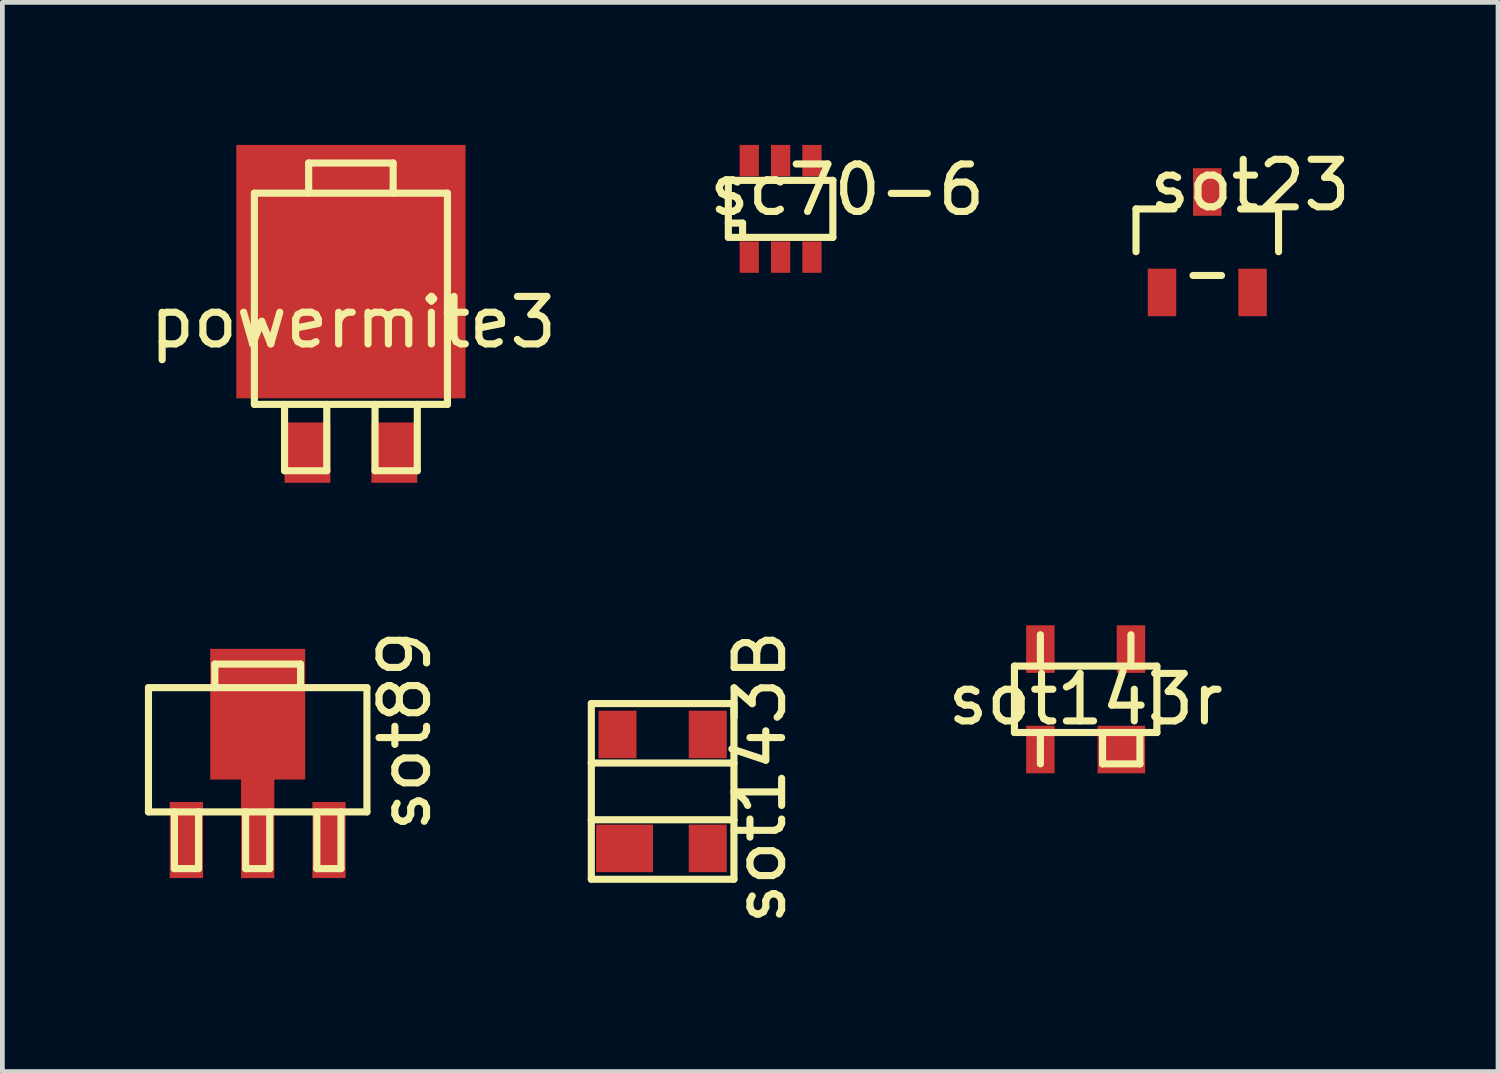
<source format=kicad_pcb>
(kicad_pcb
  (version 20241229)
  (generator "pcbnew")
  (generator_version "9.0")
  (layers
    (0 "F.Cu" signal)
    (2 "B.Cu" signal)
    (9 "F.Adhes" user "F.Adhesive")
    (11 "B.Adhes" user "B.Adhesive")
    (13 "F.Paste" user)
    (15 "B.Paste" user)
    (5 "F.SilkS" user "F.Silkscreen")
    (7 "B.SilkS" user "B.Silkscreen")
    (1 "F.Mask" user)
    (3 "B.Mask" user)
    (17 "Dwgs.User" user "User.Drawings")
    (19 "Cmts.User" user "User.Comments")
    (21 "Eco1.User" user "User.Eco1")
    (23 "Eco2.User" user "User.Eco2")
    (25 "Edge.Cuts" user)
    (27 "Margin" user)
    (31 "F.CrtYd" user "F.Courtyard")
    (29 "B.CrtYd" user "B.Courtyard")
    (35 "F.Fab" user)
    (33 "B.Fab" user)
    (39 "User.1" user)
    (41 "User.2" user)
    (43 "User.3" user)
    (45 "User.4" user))
  (footprint "sot143r"
    (layer "F.Cu")
    (at 19.801 11.669)
    (property "Reference" "sot143r" (at 0 0 0) (layer "F.SilkS") (effects (font (size 1 1) (thickness 0.15))))
    (attr smd)
    (fp_line (start -1.499 -0.699) (end 1.499 -0.699) (stroke (width 0.15) (type solid)) (layer "F.SilkS"))
    (fp_line (start -1.499 0.699) (end -1.499 -0.699) (stroke (width 0.15) (type solid)) (layer "F.SilkS"))
    (fp_line (start -0.953 -0.699) (end -0.953 -1.359) (stroke (width 0.15) (type solid)) (layer "F.SilkS"))
    (fp_line (start -0.953 0.699) (end -0.953 1.359) (stroke (width 0.15) (type solid)) (layer "F.SilkS"))
    (fp_line (start 0.356 0.699) (end 0.356 1.359) (stroke (width 0.15) (type solid)) (layer "F.SilkS"))
    (fp_line (start 0.356 1.359) (end 1.143 1.359) (stroke (width 0.15) (type solid)) (layer "F.SilkS"))
    (fp_line (start 0.953 -0.699) (end 0.953 -1.359) (stroke (width 0.15) (type solid)) (layer "F.SilkS"))
    (fp_line (start 1.143 0.699) (end 1.143 1.359) (stroke (width 0.15) (type solid)) (layer "F.SilkS"))
    (fp_line (start 1.499 -0.699) (end 1.499 0.699) (stroke (width 0.15) (type solid)) (layer "F.SilkS"))
    (fp_line (start 1.499 0.699) (end -1.499 0.699) (stroke (width 0.15) (type solid)) (layer "F.SilkS"))
    (pad "1" smd rect (at 0.752 1.057) (size 1.001 1.001) (layers "F.Cu" "F.Mask" "F.Paste"))
    (pad "2" smd rect (at -0.953 1.057) (size 0.599 1.001) (layers "F.Cu" "F.Mask" "F.Paste"))
    (pad "3" smd rect (at -0.953 -1.057) (size 0.599 1.001) (layers "F.Cu" "F.Mask" "F.Paste"))
    (pad "4" smd rect (at 0.953 -1.057) (size 0.599 1.001) (layers "F.Cu" "F.Mask" "F.Paste")))
  (footprint "sot89"
    (layer "F.Cu")
    (at 2.374 12.731)
    (property "Reference" "sot89" (at 3.099 -0.399 90) (layer "F.SilkS") (effects (font (size 1 1) (thickness 0.15))))
    (attr smd)
    (fp_line (start -2.299 -1.308) (end 2.299 -1.308) (stroke (width 0.15) (type solid)) (layer "F.SilkS"))
    (fp_line (start -2.299 1.308) (end -2.299 -1.308) (stroke (width 0.15) (type solid)) (layer "F.SilkS"))
    (fp_line (start -1.753 2.502) (end -1.753 1.308) (stroke (width 0.15) (type solid)) (layer "F.SilkS"))
    (fp_line (start -1.753 2.502) (end -1.245 2.502) (stroke (width 0.15) (type solid)) (layer "F.SilkS"))
    (fp_line (start -1.245 2.502) (end -1.245 1.308) (stroke (width 0.15) (type solid)) (layer "F.SilkS"))
    (fp_line (start -0.902 -1.803) (end -0.902 -1.308) (stroke (width 0.15) (type solid)) (layer "F.SilkS"))
    (fp_line (start -0.902 -1.803) (end 0.902 -1.803) (stroke (width 0.15) (type solid)) (layer "F.SilkS"))
    (fp_line (start -0.254 2.502) (end -0.254 1.308) (stroke (width 0.15) (type solid)) (layer "F.SilkS"))
    (fp_line (start -0.254 2.502) (end 0.254 2.502) (stroke (width 0.15) (type solid)) (layer "F.SilkS"))
    (fp_line (start 0.254 2.502) (end 0.254 1.308) (stroke (width 0.15) (type solid)) (layer "F.SilkS"))
    (fp_line (start 0.902 -1.803) (end 0.902 -1.308) (stroke (width 0.15) (type solid)) (layer "F.SilkS"))
    (fp_line (start 1.245 2.502) (end 1.245 1.308) (stroke (width 0.15) (type solid)) (layer "F.SilkS"))
    (fp_line (start 1.245 2.502) (end 1.753 2.502) (stroke (width 0.15) (type solid)) (layer "F.SilkS"))
    (fp_line (start 1.753 2.502) (end 1.753 1.308) (stroke (width 0.15) (type solid)) (layer "F.SilkS"))
    (fp_line (start 2.299 -1.308) (end 2.299 1.308) (stroke (width 0.15) (type solid)) (layer "F.SilkS"))
    (fp_line (start 2.299 1.308) (end -2.299 1.308) (stroke (width 0.15) (type solid)) (layer "F.SilkS"))
    (pad "1" smd rect (at -1.501 1.9) (size 0.701 1.6) (layers "F.Cu" "F.Mask" "F.Paste"))
    (pad "2" smd rect (at 0 -0.749) (size 1.999 2.751) (layers "F.Cu" "F.Mask" "F.Paste"))
    (pad "2" smd rect (at 0 1.651) (size 0.701 2.101) (layers "F.Cu" "F.Mask" "F.Paste"))
    (pad "3" smd rect (at 1.501 1.9) (size 0.701 1.6) (layers "F.Cu" "F.Mask" "F.Paste")))
  (footprint "powermite3"
    (layer "F.Cu")
    (at 4.336 4.572)
    (property "Reference" "powermite3" (at 0.051 -0.838 0) (layer "F.SilkS") (effects (font (size 1 1) (thickness 0.15))))
    (attr smd)
    (fp_line (start -2.032 -3.556) (end -2.032 0.889) (stroke (width 0.15) (type solid)) (layer "F.SilkS"))
    (fp_line (start -2.032 0.889) (end 2.032 0.889) (stroke (width 0.15) (type solid)) (layer "F.SilkS"))
    (fp_line (start -1.397 2.286) (end -1.397 0.889) (stroke (width 0.15) (type solid)) (layer "F.SilkS"))
    (fp_line (start -1.397 2.286) (end -0.508 2.286) (stroke (width 0.15) (type solid)) (layer "F.SilkS"))
    (fp_line (start -0.889 -4.191) (end 0.889 -4.191) (stroke (width 0.15) (type solid)) (layer "F.SilkS"))
    (fp_line (start -0.889 -3.556) (end -0.889 -4.191) (stroke (width 0.15) (type solid)) (layer "F.SilkS"))
    (fp_line (start -0.508 2.286) (end -0.508 0.889) (stroke (width 0.15) (type solid)) (layer "F.SilkS"))
    (fp_line (start 0.508 2.286) (end 0.508 0.889) (stroke (width 0.15) (type solid)) (layer "F.SilkS"))
    (fp_line (start 0.508 2.286) (end 1.397 2.286) (stroke (width 0.15) (type solid)) (layer "F.SilkS"))
    (fp_line (start 0.889 -4.191) (end 0.889 -3.556) (stroke (width 0.15) (type solid)) (layer "F.SilkS"))
    (fp_line (start 1.397 2.286) (end 1.397 0.889) (stroke (width 0.15) (type solid)) (layer "F.SilkS"))
    (fp_line (start 2.032 -3.556) (end -2.032 -3.556) (stroke (width 0.15) (type solid)) (layer "F.SilkS"))
    (fp_line (start 2.032 0.889) (end 2.032 -3.556) (stroke (width 0.15) (type solid)) (layer "F.SilkS"))
    (pad "1" smd rect (at -0.914 1.905) (size 0.965 1.27) (layers "F.Cu" "F.Mask" "F.Paste"))
    (pad "2" smd rect (at 0 -1.905) (size 4.826 5.334) (layers "F.Cu" "F.Mask" "F.Paste"))
    (pad "3" smd rect (at 0.914 1.905) (size 0.965 1.27) (layers "F.Cu" "F.Mask" "F.Paste")))
  (footprint "sot143B"
    (layer "F.Cu")
    (at 10.897 13.608)
    (property "Reference" "sot143B" (at 2.05 -0.3 90) (layer "F.SilkS") (effects (font (size 1 1) (thickness 0.15))))
    (attr smd)
    (fp_line (start -1.501 -1.849) (end 1.501 -1.849) (stroke (width 0.15) (type solid)) (layer "F.SilkS"))
    (fp_line (start -1.501 -0.599) (end -1.501 -1.849) (stroke (width 0.15) (type solid)) (layer "F.SilkS"))
    (fp_line (start -1.501 -0.599) (end -1.501 0.599) (stroke (width 0.15) (type solid)) (layer "F.SilkS"))
    (fp_line (start -1.501 1.849) (end -1.501 0.599) (stroke (width 0.15) (type solid)) (layer "F.SilkS"))
    (fp_line (start -1.499 -0.597) (end 1.499 -0.597) (stroke (width 0.15) (type solid)) (layer "F.SilkS"))
    (fp_line (start 1.499 0.597) (end -1.499 0.597) (stroke (width 0.15) (type solid)) (layer "F.SilkS"))
    (fp_line (start 1.501 -1.849) (end 1.501 -0.599) (stroke (width 0.15) (type solid)) (layer "F.SilkS"))
    (fp_line (start 1.501 -0.599) (end 1.501 0.599) (stroke (width 0.15) (type solid)) (layer "F.SilkS"))
    (fp_line (start 1.501 0.599) (end 1.501 1.849) (stroke (width 0.15) (type solid)) (layer "F.SilkS"))
    (fp_line (start 1.501 1.849) (end -1.501 1.849) (stroke (width 0.15) (type solid)) (layer "F.SilkS"))
    (pad "1" smd rect (at -0.8 1.199) (size 1.199 1.001) (layers "F.Cu" "F.Mask" "F.Paste"))
    (pad "2" smd rect (at 0.95 1.199) (size 0.8 1.001) (layers "F.Cu" "F.Mask" "F.Paste"))
    (pad "3" smd rect (at 0.95 -1.199) (size 0.8 1.001) (layers "F.Cu" "F.Mask" "F.Paste"))
    (pad "4" smd rect (at -0.95 -1.199) (size 0.8 1.001) (layers "F.Cu" "F.Mask" "F.Paste")))
  (footprint "sot23"
    (layer "F.Cu")
    (at 22.361 2.048)
    (property "Reference" "sot23" (at 0.9 -1.2 0) (layer "F.SilkS") (effects (font (size 1 1) (thickness 0.15))))
    (attr smd)
    (fp_line (start -1.5 -0.7) (end -0.7 -0.7) (stroke (width 0.15) (type solid)) (layer "F.SilkS"))
    (fp_line (start -1.5 0.2) (end -1.5 -0.7) (stroke (width 0.15) (type solid)) (layer "F.SilkS"))
    (fp_line (start 0.3 0.7) (end -0.3 0.7) (stroke (width 0.15) (type solid)) (layer "F.SilkS"))
    (fp_line (start 1.5 -0.7) (end 0.7 -0.7) (stroke (width 0.15) (type solid)) (layer "F.SilkS"))
    (fp_line (start 1.5 0.2) (end 1.5 -0.7) (stroke (width 0.15) (type solid)) (layer "F.SilkS"))
    (pad "1" smd rect (at -0.953 1.057) (size 0.599 1.001) (layers "F.Cu" "F.Mask" "F.Paste"))
    (pad "2" smd rect (at 0.953 1.057) (size 0.599 1.001) (layers "F.Cu" "F.Mask" "F.Paste"))
    (pad "3" smd rect (at 0 -1.057) (size 0.599 1.001) (layers "F.Cu" "F.Mask" "F.Paste")))
  (footprint "sc70-6"
    (layer "F.Cu")
    (at 13.38 1.346)
    (property "Reference" "sc70-6" (at 1.4 -0.4 0) (layer "F.SilkS") (effects (font (size 1 1) (thickness 0.15))))
    (attr smd)
    (fp_line (start -1.1 -0.6) (end -1.1 0.6) (stroke (width 0.15) (type solid)) (layer "F.SilkS"))
    (fp_line (start -1.1 0.3) (end -0.8 0.3) (stroke (width 0.15) (type solid)) (layer "F.SilkS"))
    (fp_line (start -1.1 0.6) (end 1.1 0.6) (stroke (width 0.15) (type solid)) (layer "F.SilkS"))
    (fp_line (start -0.8 0.3) (end -0.8 0.6) (stroke (width 0.15) (type solid)) (layer "F.SilkS"))
    (fp_line (start 1.1 -0.6) (end -1.1 -0.6) (stroke (width 0.15) (type solid)) (layer "F.SilkS"))
    (fp_line (start 1.1 0.6) (end 1.1 -0.6) (stroke (width 0.15) (type solid)) (layer "F.SilkS"))
    (pad "1" smd rect (at -0.66 1.016) (size 0.406 0.66) (layers "F.Cu" "F.Mask" "F.Paste"))
    (pad "2" smd rect (at 0 1.016) (size 0.406 0.66) (layers "F.Cu" "F.Mask" "F.Paste"))
    (pad "3" smd rect (at 0.66 1.016) (size 0.406 0.66) (layers "F.Cu" "F.Mask" "F.Paste"))
    (pad "4" smd rect (at 0.66 -1.016) (size 0.406 0.66) (layers "F.Cu" "F.Mask" "F.Paste"))
    (pad "5" smd rect (at 0 -1.016) (size 0.406 0.66) (layers "F.Cu" "F.Mask" "F.Paste"))
    (pad "6" smd rect (at -0.66 -1.016) (size 0.406 0.66) (layers "F.Cu" "F.Mask" "F.Paste")))
  (gr_rect
    (start -3 -3)
    (end 28.481 19.505)
    (stroke (width 0.1) (type default))
    (fill no)
    (layer "Edge.Cuts")))
</source>
